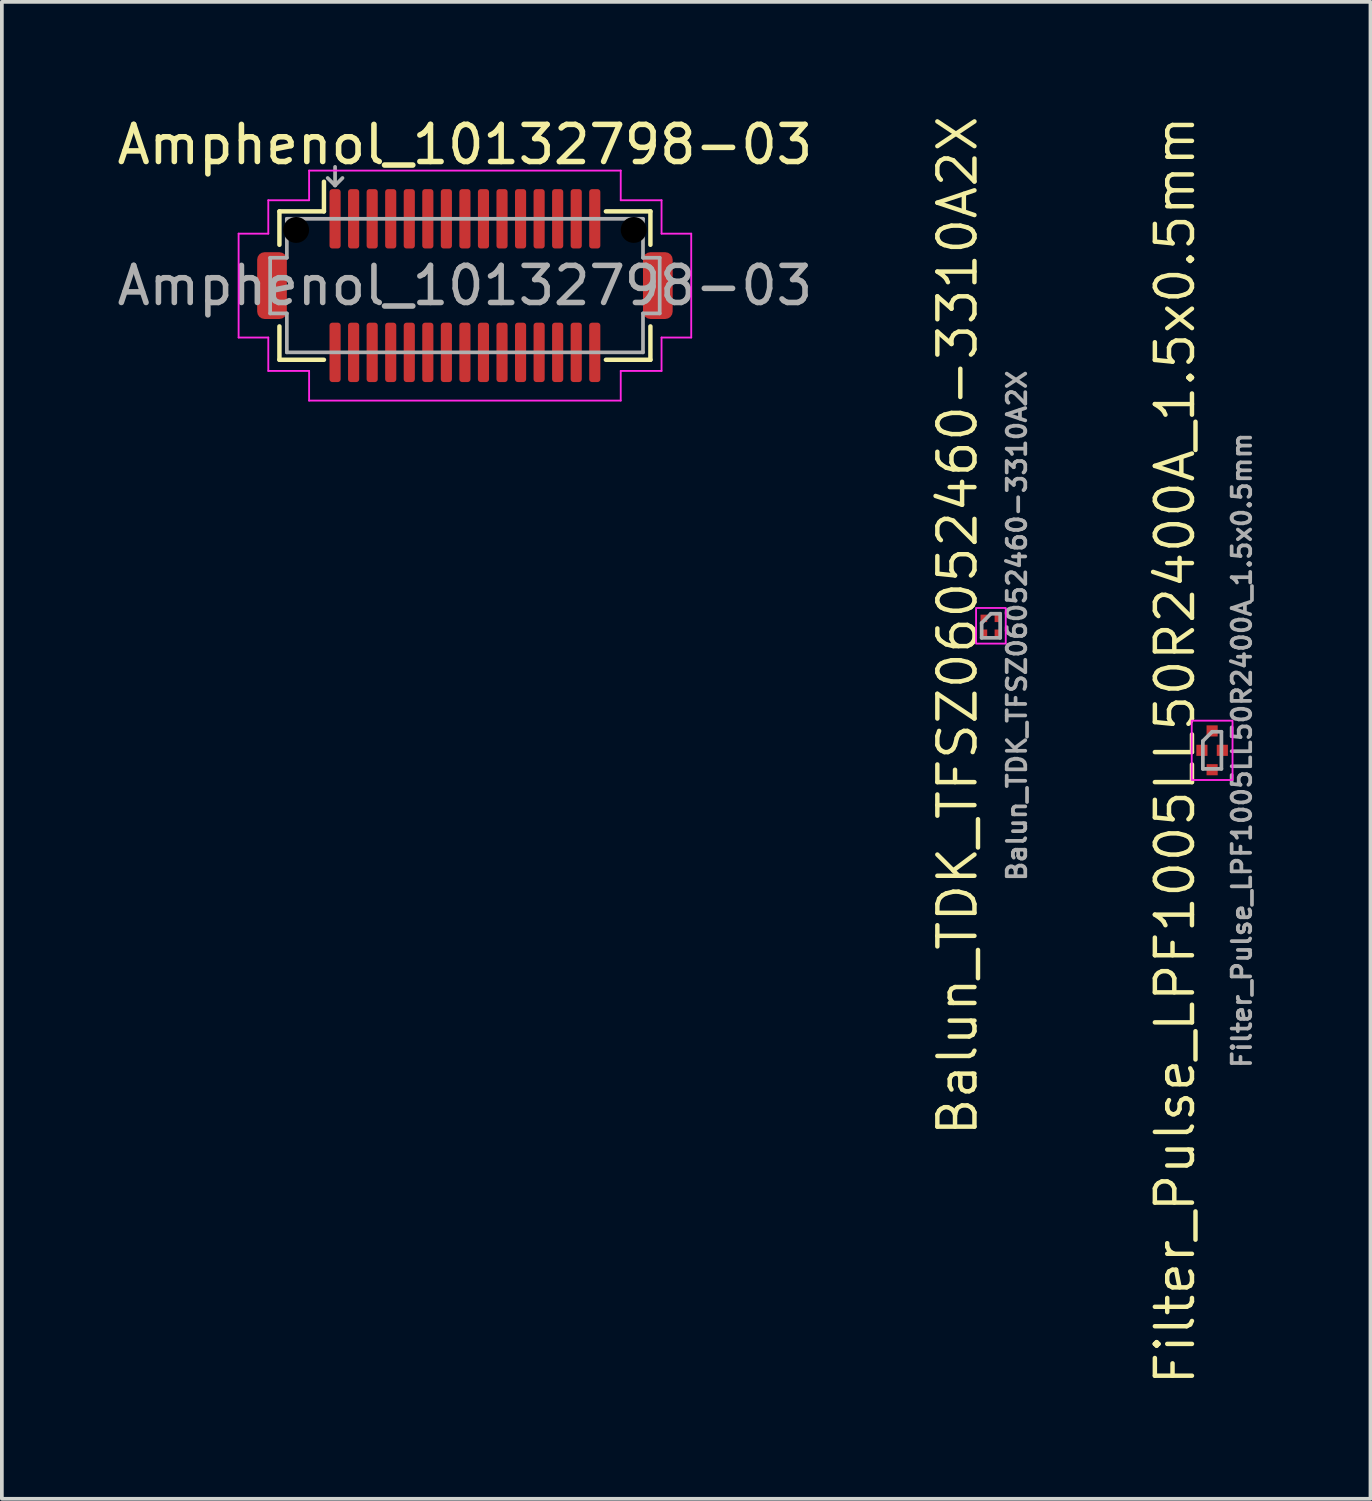
<source format=kicad_pcb>
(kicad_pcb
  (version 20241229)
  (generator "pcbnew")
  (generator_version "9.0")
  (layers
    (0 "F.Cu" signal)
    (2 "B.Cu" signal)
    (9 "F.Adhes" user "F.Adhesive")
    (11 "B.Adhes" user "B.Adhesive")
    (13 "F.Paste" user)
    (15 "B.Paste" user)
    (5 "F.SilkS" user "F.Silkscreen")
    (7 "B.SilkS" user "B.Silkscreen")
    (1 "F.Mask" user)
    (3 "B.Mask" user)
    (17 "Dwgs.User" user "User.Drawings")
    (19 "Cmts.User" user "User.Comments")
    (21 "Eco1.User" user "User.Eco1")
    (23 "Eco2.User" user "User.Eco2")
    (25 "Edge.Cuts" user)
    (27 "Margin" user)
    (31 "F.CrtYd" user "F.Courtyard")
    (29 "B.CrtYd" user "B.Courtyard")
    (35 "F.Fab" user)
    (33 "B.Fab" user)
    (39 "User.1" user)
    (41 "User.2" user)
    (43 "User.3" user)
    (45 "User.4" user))
  (footprint "Amphenol_10132798-03"
    (layer "F.Cu")
    (at 9.482 4.648)
    (property "Reference" "Amphenol_10132798-03" (at 0 -3.8 0) (unlocked yes) (layer "F.SilkS") (effects (font (size 1 1) (thickness 0.15))))
    (attr smd)
    (fp_line (start -5 -2) (end -5 -1.1) (stroke (width 0.12) (type solid)) (layer "F.SilkS"))
    (fp_line (start -5 1.1) (end -5 2) (stroke (width 0.12) (type solid)) (layer "F.SilkS"))
    (fp_line (start -5 2) (end -3.8 2) (stroke (width 0.12) (type solid)) (layer "F.SilkS"))
    (fp_line (start -3.8 -2) (end -5 -2) (stroke (width 0.12) (type solid)) (layer "F.SilkS"))
    (fp_line (start -3.8 -2) (end -3.8 -2.8) (stroke (width 0.12) (type solid)) (layer "F.SilkS"))
    (fp_line (start 3.8 -2) (end 5 -2) (stroke (width 0.12) (type solid)) (layer "F.SilkS"))
    (fp_line (start 5 -2) (end 5 -1.1) (stroke (width 0.12) (type solid)) (layer "F.SilkS"))
    (fp_line (start 5 1.1) (end 5 2) (stroke (width 0.12) (type solid)) (layer "F.SilkS"))
    (fp_line (start 5 2) (end 3.8 2) (stroke (width 0.12) (type solid)) (layer "F.SilkS"))
    (fp_line (start -6.1 -1.4) (end -6.1 1.4) (stroke (width 0.05) (type solid)) (layer "F.CrtYd"))
    (fp_line (start -6.1 1.4) (end -5.3 1.4) (stroke (width 0.05) (type solid)) (layer "F.CrtYd"))
    (fp_line (start -5.3 -2.3) (end -5.3 -1.4) (stroke (width 0.05) (type solid)) (layer "F.CrtYd"))
    (fp_line (start -5.3 -1.4) (end -6.1 -1.4) (stroke (width 0.05) (type solid)) (layer "F.CrtYd"))
    (fp_line (start -5.3 1.4) (end -5.3 2.3) (stroke (width 0.05) (type solid)) (layer "F.CrtYd"))
    (fp_line (start -5.3 2.3) (end -4.2 2.3) (stroke (width 0.05) (type solid)) (layer "F.CrtYd"))
    (fp_line (start -4.2 -3.1) (end -4.2 -2.3) (stroke (width 0.05) (type solid)) (layer "F.CrtYd"))
    (fp_line (start -4.2 -2.3) (end -5.3 -2.3) (stroke (width 0.05) (type solid)) (layer "F.CrtYd"))
    (fp_line (start -4.2 2.3) (end -4.2 3.1) (stroke (width 0.05) (type solid)) (layer "F.CrtYd"))
    (fp_line (start -4.2 3.1) (end 4.2 3.1) (stroke (width 0.05) (type solid)) (layer "F.CrtYd"))
    (fp_line (start 4.2 -3.1) (end -4.2 -3.1) (stroke (width 0.05) (type solid)) (layer "F.CrtYd"))
    (fp_line (start 4.2 -2.3) (end 4.2 -3.1) (stroke (width 0.05) (type solid)) (layer "F.CrtYd"))
    (fp_line (start 4.2 2.3) (end 5.3 2.3) (stroke (width 0.05) (type solid)) (layer "F.CrtYd"))
    (fp_line (start 4.2 3.1) (end 4.2 2.3) (stroke (width 0.05) (type solid)) (layer "F.CrtYd"))
    (fp_line (start 5.3 -2.3) (end 4.2 -2.3) (stroke (width 0.05) (type solid)) (layer "F.CrtYd"))
    (fp_line (start 5.3 -1.4) (end 5.3 -2.3) (stroke (width 0.05) (type solid)) (layer "F.CrtYd"))
    (fp_line (start 5.3 1.4) (end 6.1 1.4) (stroke (width 0.05) (type solid)) (layer "F.CrtYd"))
    (fp_line (start 5.3 2.3) (end 5.3 1.4) (stroke (width 0.05) (type solid)) (layer "F.CrtYd"))
    (fp_line (start 6.1 -1.4) (end 5.3 -1.4) (stroke (width 0.05) (type solid)) (layer "F.CrtYd"))
    (fp_line (start 6.1 1.4) (end 6.1 -1.4) (stroke (width 0.05) (type solid)) (layer "F.CrtYd"))
    (fp_line (start -5.25 0.75) (end -5.25 -0.75) (stroke (width 0.1) (type solid)) (layer "F.Fab"))
    (fp_line (start -4.8 -1.8) (end -4.8 -0.75) (stroke (width 0.1) (type solid)) (layer "F.Fab"))
    (fp_line (start -4.8 -1.8) (end 4.8 -1.8) (stroke (width 0.1) (type solid)) (layer "F.Fab"))
    (fp_line (start -4.8 -0.75) (end -5.25 -0.75) (stroke (width 0.1) (type solid)) (layer "F.Fab"))
    (fp_line (start -4.8 0.75) (end -5.25 0.75) (stroke (width 0.1) (type solid)) (layer "F.Fab"))
    (fp_line (start -4.8 1.8) (end -4.8 0.75) (stroke (width 0.1) (type solid)) (layer "F.Fab"))
    (fp_line (start -4.8 1.8) (end 4.8 1.8) (stroke (width 0.1) (type solid)) (layer "F.Fab"))
    (fp_line (start -3.5 -2.7) (end -3.7 -2.9) (stroke (width 0.1) (type solid)) (layer "F.Fab"))
    (fp_line (start -3.5 -2.7) (end -3.5 -3.2) (stroke (width 0.1) (type solid)) (layer "F.Fab"))
    (fp_line (start -3.5 -2.7) (end -3.3 -2.9) (stroke (width 0.1) (type solid)) (layer "F.Fab"))
    (fp_line (start 4.8 -1.8) (end 4.8 -0.75) (stroke (width 0.1) (type solid)) (layer "F.Fab"))
    (fp_line (start 4.8 -0.75) (end 5.25 -0.75) (stroke (width 0.1) (type solid)) (layer "F.Fab"))
    (fp_line (start 4.8 0.75) (end 5.25 0.75) (stroke (width 0.1) (type solid)) (layer "F.Fab"))
    (fp_line (start 4.8 1.8) (end 4.8 0.75) (stroke (width 0.1) (type solid)) (layer "F.Fab"))
    (fp_line (start 5.25 0.75) (end 5.25 -0.75) (stroke (width 0.1) (type solid)) (layer "F.Fab"))
    (fp_text user "${REFERENCE}" (at 0 0 0) (layer "F.Fab") (effects (font (size 1 1) (thickness 0.15))))
    (pad "" np_thru_hole circle (at -4.55 -1.5) (size 0.7 0.7) (drill 0.7) (layers "*.Mask"))
    (pad "" np_thru_hole circle (at 4.55 -1.5) (size 0.7 0.7) (drill 0.7) (layers "*.Mask"))
    (pad "1" smd roundrect (at -3.5 -1.8 90) (size 1.6 0.3) (layers "F.Cu" "F.Mask" "F.Paste") (roundrect_rratio 0.25))
    (pad "2" smd roundrect (at -3 -1.8 90) (size 1.6 0.3) (layers "F.Cu" "F.Mask" "F.Paste") (roundrect_rratio 0.25))
    (pad "3" smd roundrect (at -2.5 -1.8 90) (size 1.6 0.3) (layers "F.Cu" "F.Mask" "F.Paste") (roundrect_rratio 0.25))
    (pad "4" smd roundrect (at -2 -1.8 90) (size 1.6 0.3) (layers "F.Cu" "F.Mask" "F.Paste") (roundrect_rratio 0.25))
    (pad "5" smd roundrect (at -1.5 -1.8 90) (size 1.6 0.3) (layers "F.Cu" "F.Mask" "F.Paste") (roundrect_rratio 0.25))
    (pad "6" smd roundrect (at -1 -1.8 90) (size 1.6 0.3) (layers "F.Cu" "F.Mask" "F.Paste") (roundrect_rratio 0.25))
    (pad "7" smd roundrect (at -0.5 -1.8 90) (size 1.6 0.3) (layers "F.Cu" "F.Mask" "F.Paste") (roundrect_rratio 0.25))
    (pad "8" smd roundrect (at 0 -1.8 90) (size 1.6 0.3) (layers "F.Cu" "F.Mask" "F.Paste") (roundrect_rratio 0.25))
    (pad "9" smd roundrect (at 0.5 -1.8 90) (size 1.6 0.3) (layers "F.Cu" "F.Mask" "F.Paste") (roundrect_rratio 0.25))
    (pad "10" smd roundrect (at 1 -1.8 90) (size 1.6 0.3) (layers "F.Cu" "F.Mask" "F.Paste") (roundrect_rratio 0.25))
    (pad "11" smd roundrect (at 1.5 -1.8 90) (size 1.6 0.3) (layers "F.Cu" "F.Mask" "F.Paste") (roundrect_rratio 0.25))
    (pad "12" smd roundrect (at 2 -1.8 90) (size 1.6 0.3) (layers "F.Cu" "F.Mask" "F.Paste") (roundrect_rratio 0.25))
    (pad "13" smd roundrect (at 2.5 -1.8 90) (size 1.6 0.3) (layers "F.Cu" "F.Mask" "F.Paste") (roundrect_rratio 0.25))
    (pad "14" smd roundrect (at 3 -1.8 90) (size 1.6 0.3) (layers "F.Cu" "F.Mask" "F.Paste") (roundrect_rratio 0.25))
    (pad "15" smd roundrect (at 3.5 -1.8 90) (size 1.6 0.3) (layers "F.Cu" "F.Mask" "F.Paste") (roundrect_rratio 0.25))
    (pad "16" smd roundrect (at 3.5 1.8 90) (size 1.6 0.3) (layers "F.Cu" "F.Mask" "F.Paste") (roundrect_rratio 0.25))
    (pad "17" smd roundrect (at 3 1.8 90) (size 1.6 0.3) (layers "F.Cu" "F.Mask" "F.Paste") (roundrect_rratio 0.25))
    (pad "18" smd roundrect (at 2.5 1.8 90) (size 1.6 0.3) (layers "F.Cu" "F.Mask" "F.Paste") (roundrect_rratio 0.25))
    (pad "19" smd roundrect (at 2 1.8 90) (size 1.6 0.3) (layers "F.Cu" "F.Mask" "F.Paste") (roundrect_rratio 0.25))
    (pad "20" smd roundrect (at 1.5 1.8 90) (size 1.6 0.3) (layers "F.Cu" "F.Mask" "F.Paste") (roundrect_rratio 0.25))
    (pad "21" smd roundrect (at 1 1.8 90) (size 1.6 0.3) (layers "F.Cu" "F.Mask" "F.Paste") (roundrect_rratio 0.25))
    (pad "22" smd roundrect (at 0.5 1.8 90) (size 1.6 0.3) (layers "F.Cu" "F.Mask" "F.Paste") (roundrect_rratio 0.25))
    (pad "23" smd roundrect (at 0 1.8 90) (size 1.6 0.3) (layers "F.Cu" "F.Mask" "F.Paste") (roundrect_rratio 0.25))
    (pad "24" smd roundrect (at -0.5 1.8 90) (size 1.6 0.3) (layers "F.Cu" "F.Mask" "F.Paste") (roundrect_rratio 0.25))
    (pad "25" smd roundrect (at -1 1.8 90) (size 1.6 0.3) (layers "F.Cu" "F.Mask" "F.Paste") (roundrect_rratio 0.25))
    (pad "26" smd roundrect (at -1.5 1.8 90) (size 1.6 0.3) (layers "F.Cu" "F.Mask" "F.Paste") (roundrect_rratio 0.25))
    (pad "27" smd roundrect (at -2 1.8 90) (size 1.6 0.3) (layers "F.Cu" "F.Mask" "F.Paste") (roundrect_rratio 0.25))
    (pad "28" smd roundrect (at -2.5 1.8 90) (size 1.6 0.3) (layers "F.Cu" "F.Mask" "F.Paste") (roundrect_rratio 0.25))
    (pad "29" smd roundrect (at -3 1.8 90) (size 1.6 0.3) (layers "F.Cu" "F.Mask" "F.Paste") (roundrect_rratio 0.25))
    (pad "30" smd roundrect (at -3.5 1.8 90) (size 1.6 0.3) (layers "F.Cu" "F.Mask" "F.Paste") (roundrect_rratio 0.25))
    (pad "MP" smd roundrect (at -5.2 0 90) (size 1.8 0.8) (layers "F.Cu" "F.Mask" "F.Paste") (roundrect_rratio 0.25))
    (pad "MP" smd roundrect (at 5.2 0 90) (size 1.8 0.8) (layers "F.Cu" "F.Mask" "F.Paste") (roundrect_rratio 0.25)))
  (footprint "Filter_Pulse_LPF1005LL50R2400A_1.5x0.5mm"
    (layer "F.Cu")
    (at 29.623 17.175)
    (property "Reference" "Filter_Pulse_LPF1005LL50R2400A_1.5x0.5mm" (at -1 0 90) (unlocked yes) (layer "F.SilkS") (effects (font (size 1 1) (thickness 0.12))))
    (attr smd)
    (fp_rect (start -0.55 -0.8) (end 0.55 0.8) (stroke (width 0.05) (type default)) (fill no) (layer "F.CrtYd"))
    (fp_line (start -0.25 -0.25) (end -0.25 0.5) (stroke (width 0.1) (type default)) (layer "F.Fab"))
    (fp_line (start -0.25 0.5) (end 0.25 0.5) (stroke (width 0.1) (type default)) (layer "F.Fab"))
    (fp_line (start 0 -0.5) (end -0.25 -0.25) (stroke (width 0.1) (type default)) (layer "F.Fab"))
    (fp_line (start 0.25 -0.5) (end 0 -0.5) (stroke (width 0.1) (type default)) (layer "F.Fab"))
    (fp_line (start 0.25 0.5) (end 0.25 -0.5) (stroke (width 0.1) (type default)) (layer "F.Fab"))
    (fp_text user "${REFERENCE}" (at 0.8 0 90) (unlocked yes) (layer "F.Fab") (effects (font (size 0.5 0.5) (thickness 0.1) (bold yes))))
    (pad "1" smd rect (at 0 -0.523) (size 0.3 0.3) (layers "F.Cu" "F.Mask" "F.Paste"))
    (pad "2" smd rect (at -0.275 0 90) (size 0.3 0.3) (layers "F.Cu" "F.Mask" "F.Paste"))
    (pad "3" smd rect (at 0 0.523) (size 0.3 0.3) (layers "F.Cu" "F.Mask" "F.Paste"))
    (pad "4" smd rect (at 0.275 0 90) (size 0.3 0.3) (layers "F.Cu" "F.Mask" "F.Paste")))
  (footprint "Balun_TDK_TFSZ06052460-3310A2X"
    (layer "F.Cu")
    (at 23.66 13.818)
    (property "Reference" "Balun_TDK_TFSZ06052460-3310A2X" (at -0.9 0 90) (unlocked yes) (layer "F.SilkS") (effects (font (size 1 1) (thickness 0.12))))
    (attr smd)
    (fp_rect (start -0.4 -0.48) (end 0.4 0.48) (stroke (width 0.05) (type default)) (fill no) (layer "F.CrtYd"))
    (fp_line (start -0.25 -0.075) (end 0 -0.325) (stroke (width 0.1) (type default)) (layer "F.Fab"))
    (fp_line (start -0.25 0.325) (end -0.25 -0.075) (stroke (width 0.1) (type default)) (layer "F.Fab"))
    (fp_line (start 0 -0.325) (end 0.25 -0.325) (stroke (width 0.1) (type default)) (layer "F.Fab"))
    (fp_line (start 0.25 -0.325) (end 0.25 0.325) (stroke (width 0.1) (type default)) (layer "F.Fab"))
    (fp_line (start 0.25 0.325) (end -0.25 0.325) (stroke (width 0.1) (type default)) (layer "F.Fab"))
    (fp_text user "${REFERENCE}" (at 0.7 0 90) (unlocked yes) (layer "F.Fab") (effects (font (size 0.5 0.5) (thickness 0.1) (bold yes))))
    (pad "1" smd rect (at -0.19 -0.2) (size 0.18 0.2) (layers "F.Cu" "F.Mask" "F.Paste"))
    (pad "2" smd rect (at -0.19 0.2) (size 0.18 0.2) (layers "F.Cu" "F.Mask" "F.Paste"))
    (pad "3" smd rect (at 0.19 0.2) (size 0.18 0.2) (layers "F.Cu" "F.Mask" "F.Paste"))
    (pad "4" smd rect (at 0.19 -0.2) (size 0.18 0.2) (layers "F.Cu" "F.Mask" "F.Paste")))
  (gr_rect
    (start -3 -3)
    (end 33.891 37.35)
    (stroke (width 0.1) (type default))
    (fill no)
    (layer "Edge.Cuts")))
</source>
